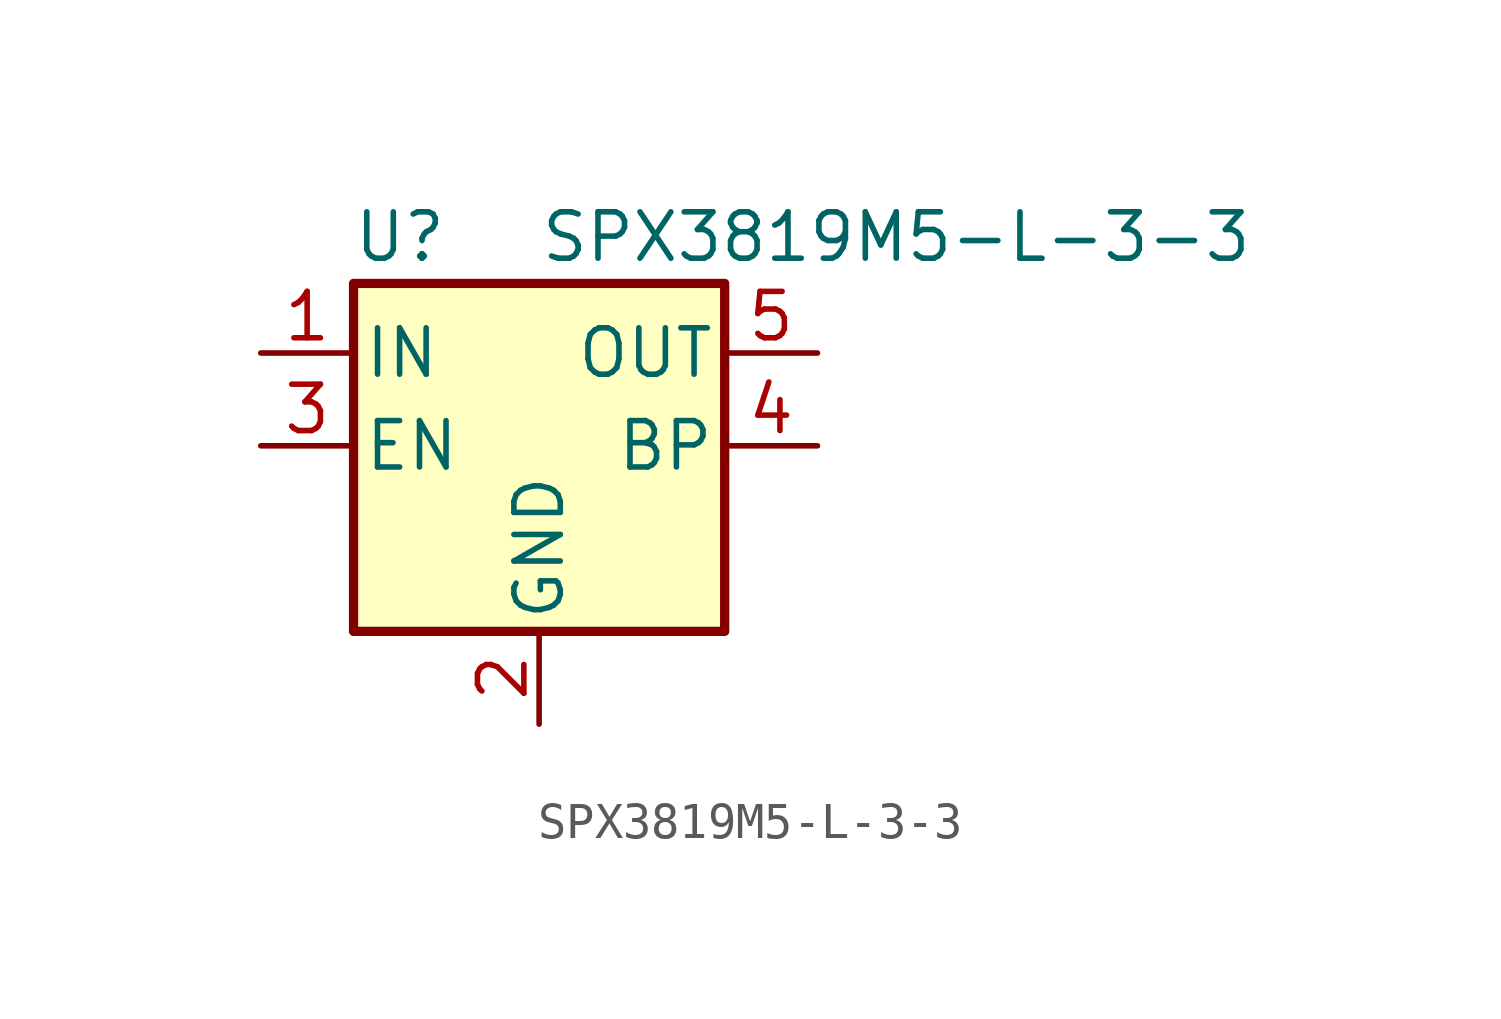
<source format=kicad_sym>
(kicad_symbol_lib
  (version 20231120)
  (generator "kicad_symbol_editor")
  (generator_version "8.0")
  (symbol "SPX3819M5-L-3-3"
    (pin_names
      (offset 0.254))
    (property "Reference" "U"
      (at -3.81 5.715 0)
      (effects (font (size 1.27 1.27))))
    (property "Value" "SPX3819M5-L-3-3"
      (at 0 5.715 0)
      (effects (font (size 1.27 1.27)) (justify left)))
    (symbol "SPX3819M5-L-3-3_0_1"
      (rectangle (start -5.08 4.445) (end 5.08 -5.08) (stroke (width 0.254) (type default)) (fill (type background))))
    (symbol "SPX3819M5-L-3-3_1_1"
      (pin power_in line (at -7.62 2.54 0) (length 2.54) (name "IN" (effects (font (size 1.27 1.27)))) (number "1" (effects (font (size 1.27 1.27)))))
      (pin power_in line (at 0 -7.62 90) (length 2.54) (name "GND" (effects (font (size 1.27 1.27)))) (number "2" (effects (font (size 1.27 1.27)))))
      (pin input line (at -7.62 0 0) (length 2.54) (name "EN" (effects (font (size 1.27 1.27)))) (number "3" (effects (font (size 1.27 1.27)))))
      (pin input line (at 7.62 0 180) (length 2.54) (name "BP" (effects (font (size 1.27 1.27)))) (number "4" (effects (font (size 1.27 1.27)))))
      (pin power_out line (at 7.62 2.54 180) (length 2.54) (name "OUT" (effects (font (size 1.27 1.27)))) (number "5" (effects (font (size 1.27 1.27))))))))
</source>
